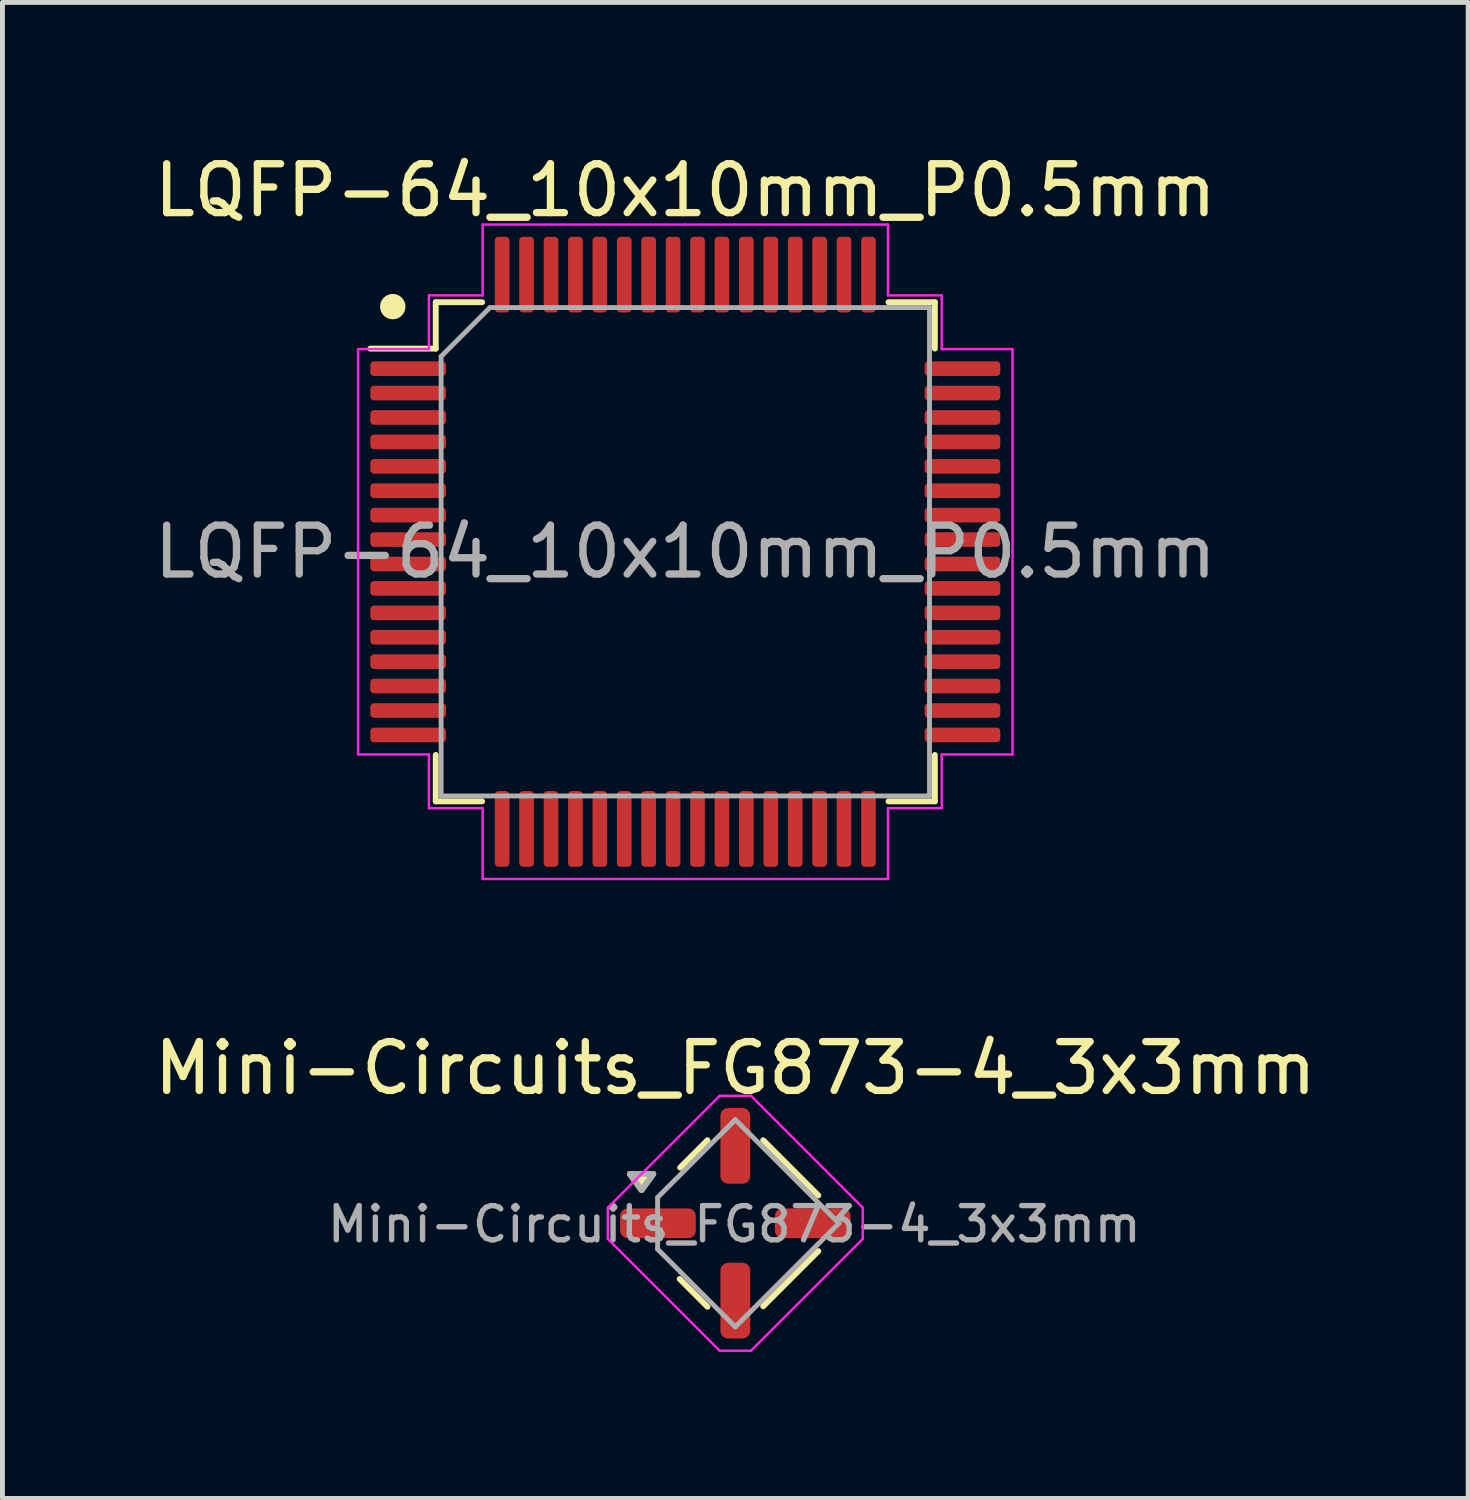
<source format=kicad_pcb>
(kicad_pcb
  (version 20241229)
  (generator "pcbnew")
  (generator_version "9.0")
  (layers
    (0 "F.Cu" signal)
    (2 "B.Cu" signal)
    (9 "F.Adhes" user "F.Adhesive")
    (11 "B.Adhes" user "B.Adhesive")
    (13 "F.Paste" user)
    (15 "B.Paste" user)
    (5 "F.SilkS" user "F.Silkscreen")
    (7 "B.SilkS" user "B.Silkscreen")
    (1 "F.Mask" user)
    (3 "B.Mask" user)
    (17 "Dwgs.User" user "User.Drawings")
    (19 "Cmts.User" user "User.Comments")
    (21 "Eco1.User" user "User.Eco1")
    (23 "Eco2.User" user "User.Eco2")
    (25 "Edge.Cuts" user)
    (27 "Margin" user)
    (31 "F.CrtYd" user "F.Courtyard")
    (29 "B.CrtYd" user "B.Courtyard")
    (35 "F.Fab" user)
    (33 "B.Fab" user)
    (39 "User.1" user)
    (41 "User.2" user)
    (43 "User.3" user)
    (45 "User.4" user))
  (footprint "LQFP-64_10x10mm_P0.5mm"
    (layer "F.Cu")
    (at 10.982 8.248)
    (property "Reference" "LQFP-64_10x10mm_P0.5mm" (at 0 -7.4 0) (layer "F.SilkS") (effects (font (size 1 1) (thickness 0.15))))
    (attr smd)
    (fp_line (start -5.11 -5.11) (end -5.11 -4.16) (stroke (width 0.12) (type solid)) (layer "F.SilkS"))
    (fp_line (start -5.11 -4.16) (end -6.45 -4.16) (stroke (width 0.12) (type solid)) (layer "F.SilkS"))
    (fp_line (start -5.11 5.11) (end -5.11 4.16) (stroke (width 0.12) (type solid)) (layer "F.SilkS"))
    (fp_line (start -4.16 -5.11) (end -5.11 -5.11) (stroke (width 0.12) (type solid)) (layer "F.SilkS"))
    (fp_line (start -4.16 5.11) (end -5.11 5.11) (stroke (width 0.12) (type solid)) (layer "F.SilkS"))
    (fp_line (start 4.16 -5.11) (end 5.11 -5.11) (stroke (width 0.12) (type solid)) (layer "F.SilkS"))
    (fp_line (start 4.16 5.11) (end 5.11 5.11) (stroke (width 0.12) (type solid)) (layer "F.SilkS"))
    (fp_line (start 5.11 -5.11) (end 5.11 -4.16) (stroke (width 0.12) (type solid)) (layer "F.SilkS"))
    (fp_line (start 5.11 5.11) (end 5.11 4.16) (stroke (width 0.12) (type solid)) (layer "F.SilkS"))
    (fp_circle (center -5.99 -5.02) (end -5.79 -5.02) (stroke (width 0.12) (type solid)) (fill yes) (layer "F.SilkS"))
    (fp_line (start -6.7 -4.15) (end -6.7 0) (stroke (width 0.05) (type solid)) (layer "F.CrtYd"))
    (fp_line (start -6.7 4.15) (end -6.7 0) (stroke (width 0.05) (type solid)) (layer "F.CrtYd"))
    (fp_line (start -5.25 -5.25) (end -5.25 -4.15) (stroke (width 0.05) (type solid)) (layer "F.CrtYd"))
    (fp_line (start -5.25 -4.15) (end -6.7 -4.15) (stroke (width 0.05) (type solid)) (layer "F.CrtYd"))
    (fp_line (start -5.25 4.15) (end -6.7 4.15) (stroke (width 0.05) (type solid)) (layer "F.CrtYd"))
    (fp_line (start -5.25 5.25) (end -5.25 4.15) (stroke (width 0.05) (type solid)) (layer "F.CrtYd"))
    (fp_line (start -4.15 -6.7) (end -4.15 -5.25) (stroke (width 0.05) (type solid)) (layer "F.CrtYd"))
    (fp_line (start -4.15 -5.25) (end -5.25 -5.25) (stroke (width 0.05) (type solid)) (layer "F.CrtYd"))
    (fp_line (start -4.15 5.25) (end -5.25 5.25) (stroke (width 0.05) (type solid)) (layer "F.CrtYd"))
    (fp_line (start -4.15 6.7) (end -4.15 5.25) (stroke (width 0.05) (type solid)) (layer "F.CrtYd"))
    (fp_line (start 0 -6.7) (end -4.15 -6.7) (stroke (width 0.05) (type solid)) (layer "F.CrtYd"))
    (fp_line (start 0 -6.7) (end 4.15 -6.7) (stroke (width 0.05) (type solid)) (layer "F.CrtYd"))
    (fp_line (start 0 6.7) (end -4.15 6.7) (stroke (width 0.05) (type solid)) (layer "F.CrtYd"))
    (fp_line (start 0 6.7) (end 4.15 6.7) (stroke (width 0.05) (type solid)) (layer "F.CrtYd"))
    (fp_line (start 4.15 -6.7) (end 4.15 -5.25) (stroke (width 0.05) (type solid)) (layer "F.CrtYd"))
    (fp_line (start 4.15 -5.25) (end 5.25 -5.25) (stroke (width 0.05) (type solid)) (layer "F.CrtYd"))
    (fp_line (start 4.15 5.25) (end 5.25 5.25) (stroke (width 0.05) (type solid)) (layer "F.CrtYd"))
    (fp_line (start 4.15 6.7) (end 4.15 5.25) (stroke (width 0.05) (type solid)) (layer "F.CrtYd"))
    (fp_line (start 5.25 -5.25) (end 5.25 -4.15) (stroke (width 0.05) (type solid)) (layer "F.CrtYd"))
    (fp_line (start 5.25 -4.15) (end 6.7 -4.15) (stroke (width 0.05) (type solid)) (layer "F.CrtYd"))
    (fp_line (start 5.25 4.15) (end 6.7 4.15) (stroke (width 0.05) (type solid)) (layer "F.CrtYd"))
    (fp_line (start 5.25 5.25) (end 5.25 4.15) (stroke (width 0.05) (type solid)) (layer "F.CrtYd"))
    (fp_line (start 6.7 -4.15) (end 6.7 0) (stroke (width 0.05) (type solid)) (layer "F.CrtYd"))
    (fp_line (start 6.7 4.15) (end 6.7 0) (stroke (width 0.05) (type solid)) (layer "F.CrtYd"))
    (fp_line (start -5 -4) (end -4 -5) (stroke (width 0.1) (type solid)) (layer "F.Fab"))
    (fp_line (start -5 5) (end -5 -4) (stroke (width 0.1) (type solid)) (layer "F.Fab"))
    (fp_line (start -4 -5) (end 5 -5) (stroke (width 0.1) (type solid)) (layer "F.Fab"))
    (fp_line (start 5 -5) (end 5 5) (stroke (width 0.1) (type solid)) (layer "F.Fab"))
    (fp_line (start 5 5) (end -5 5) (stroke (width 0.1) (type solid)) (layer "F.Fab"))
    (fp_text user "${REFERENCE}" (at 0 0 0) (layer "F.Fab") (effects (font (size 1 1) (thickness 0.15))))
    (pad "1" smd roundrect (at -5.675 -3.75) (size 1.55 0.3) (layers "F.Cu" "F.Mask" "F.Paste") (roundrect_rratio 0.25))
    (pad "2" smd roundrect (at -5.675 -3.25) (size 1.55 0.3) (layers "F.Cu" "F.Mask" "F.Paste") (roundrect_rratio 0.25))
    (pad "3" smd roundrect (at -5.675 -2.75) (size 1.55 0.3) (layers "F.Cu" "F.Mask" "F.Paste") (roundrect_rratio 0.25))
    (pad "4" smd roundrect (at -5.675 -2.25) (size 1.55 0.3) (layers "F.Cu" "F.Mask" "F.Paste") (roundrect_rratio 0.25))
    (pad "5" smd roundrect (at -5.675 -1.75) (size 1.55 0.3) (layers "F.Cu" "F.Mask" "F.Paste") (roundrect_rratio 0.25))
    (pad "6" smd roundrect (at -5.675 -1.25) (size 1.55 0.3) (layers "F.Cu" "F.Mask" "F.Paste") (roundrect_rratio 0.25))
    (pad "7" smd roundrect (at -5.675 -0.75) (size 1.55 0.3) (layers "F.Cu" "F.Mask" "F.Paste") (roundrect_rratio 0.25))
    (pad "8" smd roundrect (at -5.675 -0.25) (size 1.55 0.3) (layers "F.Cu" "F.Mask" "F.Paste") (roundrect_rratio 0.25))
    (pad "9" smd roundrect (at -5.675 0.25) (size 1.55 0.3) (layers "F.Cu" "F.Mask" "F.Paste") (roundrect_rratio 0.25))
    (pad "10" smd roundrect (at -5.675 0.75) (size 1.55 0.3) (layers "F.Cu" "F.Mask" "F.Paste") (roundrect_rratio 0.25))
    (pad "11" smd roundrect (at -5.675 1.25) (size 1.55 0.3) (layers "F.Cu" "F.Mask" "F.Paste") (roundrect_rratio 0.25))
    (pad "12" smd roundrect (at -5.675 1.75) (size 1.55 0.3) (layers "F.Cu" "F.Mask" "F.Paste") (roundrect_rratio 0.25))
    (pad "13" smd roundrect (at -5.675 2.25) (size 1.55 0.3) (layers "F.Cu" "F.Mask" "F.Paste") (roundrect_rratio 0.25))
    (pad "14" smd roundrect (at -5.675 2.75) (size 1.55 0.3) (layers "F.Cu" "F.Mask" "F.Paste") (roundrect_rratio 0.25))
    (pad "15" smd roundrect (at -5.675 3.25) (size 1.55 0.3) (layers "F.Cu" "F.Mask" "F.Paste") (roundrect_rratio 0.25))
    (pad "16" smd roundrect (at -5.675 3.75) (size 1.55 0.3) (layers "F.Cu" "F.Mask" "F.Paste") (roundrect_rratio 0.25))
    (pad "17" smd roundrect (at -3.75 5.675) (size 0.3 1.55) (layers "F.Cu" "F.Mask" "F.Paste") (roundrect_rratio 0.25))
    (pad "18" smd roundrect (at -3.25 5.675) (size 0.3 1.55) (layers "F.Cu" "F.Mask" "F.Paste") (roundrect_rratio 0.25))
    (pad "19" smd roundrect (at -2.75 5.675) (size 0.3 1.55) (layers "F.Cu" "F.Mask" "F.Paste") (roundrect_rratio 0.25))
    (pad "20" smd roundrect (at -2.25 5.675) (size 0.3 1.55) (layers "F.Cu" "F.Mask" "F.Paste") (roundrect_rratio 0.25))
    (pad "21" smd roundrect (at -1.75 5.675) (size 0.3 1.55) (layers "F.Cu" "F.Mask" "F.Paste") (roundrect_rratio 0.25))
    (pad "22" smd roundrect (at -1.25 5.675) (size 0.3 1.55) (layers "F.Cu" "F.Mask" "F.Paste") (roundrect_rratio 0.25))
    (pad "23" smd roundrect (at -0.75 5.675) (size 0.3 1.55) (layers "F.Cu" "F.Mask" "F.Paste") (roundrect_rratio 0.25))
    (pad "24" smd roundrect (at -0.25 5.675) (size 0.3 1.55) (layers "F.Cu" "F.Mask" "F.Paste") (roundrect_rratio 0.25))
    (pad "25" smd roundrect (at 0.25 5.675) (size 0.3 1.55) (layers "F.Cu" "F.Mask" "F.Paste") (roundrect_rratio 0.25))
    (pad "26" smd roundrect (at 0.75 5.675) (size 0.3 1.55) (layers "F.Cu" "F.Mask" "F.Paste") (roundrect_rratio 0.25))
    (pad "27" smd roundrect (at 1.25 5.675) (size 0.3 1.55) (layers "F.Cu" "F.Mask" "F.Paste") (roundrect_rratio 0.25))
    (pad "28" smd roundrect (at 1.75 5.675) (size 0.3 1.55) (layers "F.Cu" "F.Mask" "F.Paste") (roundrect_rratio 0.25))
    (pad "29" smd roundrect (at 2.25 5.675) (size 0.3 1.55) (layers "F.Cu" "F.Mask" "F.Paste") (roundrect_rratio 0.25))
    (pad "30" smd roundrect (at 2.75 5.675) (size 0.3 1.55) (layers "F.Cu" "F.Mask" "F.Paste") (roundrect_rratio 0.25))
    (pad "31" smd roundrect (at 3.25 5.675) (size 0.3 1.55) (layers "F.Cu" "F.Mask" "F.Paste") (roundrect_rratio 0.25))
    (pad "32" smd roundrect (at 3.75 5.675) (size 0.3 1.55) (layers "F.Cu" "F.Mask" "F.Paste") (roundrect_rratio 0.25))
    (pad "33" smd roundrect (at 5.675 3.75) (size 1.55 0.3) (layers "F.Cu" "F.Mask" "F.Paste") (roundrect_rratio 0.25))
    (pad "34" smd roundrect (at 5.675 3.25) (size 1.55 0.3) (layers "F.Cu" "F.Mask" "F.Paste") (roundrect_rratio 0.25))
    (pad "35" smd roundrect (at 5.675 2.75) (size 1.55 0.3) (layers "F.Cu" "F.Mask" "F.Paste") (roundrect_rratio 0.25))
    (pad "36" smd roundrect (at 5.675 2.25) (size 1.55 0.3) (layers "F.Cu" "F.Mask" "F.Paste") (roundrect_rratio 0.25))
    (pad "37" smd roundrect (at 5.675 1.75) (size 1.55 0.3) (layers "F.Cu" "F.Mask" "F.Paste") (roundrect_rratio 0.25))
    (pad "38" smd roundrect (at 5.675 1.25) (size 1.55 0.3) (layers "F.Cu" "F.Mask" "F.Paste") (roundrect_rratio 0.25))
    (pad "39" smd roundrect (at 5.675 0.75) (size 1.55 0.3) (layers "F.Cu" "F.Mask" "F.Paste") (roundrect_rratio 0.25))
    (pad "40" smd roundrect (at 5.675 0.25) (size 1.55 0.3) (layers "F.Cu" "F.Mask" "F.Paste") (roundrect_rratio 0.25))
    (pad "41" smd roundrect (at 5.675 -0.25) (size 1.55 0.3) (layers "F.Cu" "F.Mask" "F.Paste") (roundrect_rratio 0.25))
    (pad "42" smd roundrect (at 5.675 -0.75) (size 1.55 0.3) (layers "F.Cu" "F.Mask" "F.Paste") (roundrect_rratio 0.25))
    (pad "43" smd roundrect (at 5.675 -1.25) (size 1.55 0.3) (layers "F.Cu" "F.Mask" "F.Paste") (roundrect_rratio 0.25))
    (pad "44" smd roundrect (at 5.675 -1.75) (size 1.55 0.3) (layers "F.Cu" "F.Mask" "F.Paste") (roundrect_rratio 0.25))
    (pad "45" smd roundrect (at 5.675 -2.25) (size 1.55 0.3) (layers "F.Cu" "F.Mask" "F.Paste") (roundrect_rratio 0.25))
    (pad "46" smd roundrect (at 5.675 -2.75) (size 1.55 0.3) (layers "F.Cu" "F.Mask" "F.Paste") (roundrect_rratio 0.25))
    (pad "47" smd roundrect (at 5.675 -3.25) (size 1.55 0.3) (layers "F.Cu" "F.Mask" "F.Paste") (roundrect_rratio 0.25))
    (pad "48" smd roundrect (at 5.675 -3.75) (size 1.55 0.3) (layers "F.Cu" "F.Mask" "F.Paste") (roundrect_rratio 0.25))
    (pad "49" smd roundrect (at 3.75 -5.675) (size 0.3 1.55) (layers "F.Cu" "F.Mask" "F.Paste") (roundrect_rratio 0.25))
    (pad "50" smd roundrect (at 3.25 -5.675) (size 0.3 1.55) (layers "F.Cu" "F.Mask" "F.Paste") (roundrect_rratio 0.25))
    (pad "51" smd roundrect (at 2.75 -5.675) (size 0.3 1.55) (layers "F.Cu" "F.Mask" "F.Paste") (roundrect_rratio 0.25))
    (pad "52" smd roundrect (at 2.25 -5.675) (size 0.3 1.55) (layers "F.Cu" "F.Mask" "F.Paste") (roundrect_rratio 0.25))
    (pad "53" smd roundrect (at 1.75 -5.675) (size 0.3 1.55) (layers "F.Cu" "F.Mask" "F.Paste") (roundrect_rratio 0.25))
    (pad "54" smd roundrect (at 1.25 -5.675) (size 0.3 1.55) (layers "F.Cu" "F.Mask" "F.Paste") (roundrect_rratio 0.25))
    (pad "55" smd roundrect (at 0.75 -5.675) (size 0.3 1.55) (layers "F.Cu" "F.Mask" "F.Paste") (roundrect_rratio 0.25))
    (pad "56" smd roundrect (at 0.25 -5.675) (size 0.3 1.55) (layers "F.Cu" "F.Mask" "F.Paste") (roundrect_rratio 0.25))
    (pad "57" smd roundrect (at -0.25 -5.675) (size 0.3 1.55) (layers "F.Cu" "F.Mask" "F.Paste") (roundrect_rratio 0.25))
    (pad "58" smd roundrect (at -0.75 -5.675) (size 0.3 1.55) (layers "F.Cu" "F.Mask" "F.Paste") (roundrect_rratio 0.25))
    (pad "59" smd roundrect (at -1.25 -5.675) (size 0.3 1.55) (layers "F.Cu" "F.Mask" "F.Paste") (roundrect_rratio 0.25))
    (pad "60" smd roundrect (at -1.75 -5.675) (size 0.3 1.55) (layers "F.Cu" "F.Mask" "F.Paste") (roundrect_rratio 0.25))
    (pad "61" smd roundrect (at -2.25 -5.675) (size 0.3 1.55) (layers "F.Cu" "F.Mask" "F.Paste") (roundrect_rratio 0.25))
    (pad "62" smd roundrect (at -2.75 -5.675) (size 0.3 1.55) (layers "F.Cu" "F.Mask" "F.Paste") (roundrect_rratio 0.25))
    (pad "63" smd roundrect (at -3.25 -5.675) (size 0.3 1.55) (layers "F.Cu" "F.Mask" "F.Paste") (roundrect_rratio 0.25))
    (pad "64" smd roundrect (at -3.75 -5.675) (size 0.3 1.55) (layers "F.Cu" "F.Mask" "F.Paste") (roundrect_rratio 0.25)))
  (footprint "Mini-Circuits_FG873-4_3x3mm"
    (layer "F.Cu")
    (at 12.006 21.997)
    (property "Reference" "Mini-Circuits_FG873-4_3x3mm" (at 0 -3.175 0) (layer "F.SilkS") (effects (font (size 1 1) (thickness 0.15))))
    (attr smd)
    (fp_line (start -1.14 1.14) (end -0.57 1.71) (stroke (width 0.12) (type solid)) (layer "F.SilkS"))
    (fp_line (start -0.57 -1.7) (end -1.13 -1.14) (stroke (width 0.12) (type solid)) (layer "F.SilkS"))
    (fp_line (start 0.57 1.7) (end 1.7 0.57) (stroke (width 0.12) (type solid)) (layer "F.SilkS"))
    (fp_line (start 1.7 -0.57) (end 0.57 -1.7) (stroke (width 0.12) (type solid)) (layer "F.SilkS"))
    (fp_poly (pts (xy -1.92 -0.68) (xy -2.16 -1.01) (xy -1.68 -1.01) (xy -1.92 -0.68)) (stroke (width 0.12) (type solid)) (fill yes) (layer "F.SilkS"))
    (fp_line (start -2.61 -0.32) (end -2.61 0.32) (stroke (width 0.05) (type solid)) (layer "F.CrtYd"))
    (fp_line (start -2.61 -0.32) (end -0.32 -2.61) (stroke (width 0.05) (type solid)) (layer "F.CrtYd"))
    (fp_line (start -2.61 0.32) (end -0.32 2.61) (stroke (width 0.05) (type solid)) (layer "F.CrtYd"))
    (fp_line (start 0.32 -2.61) (end -0.32 -2.61) (stroke (width 0.05) (type solid)) (layer "F.CrtYd"))
    (fp_line (start 0.32 2.61) (end -0.32 2.61) (stroke (width 0.05) (type solid)) (layer "F.CrtYd"))
    (fp_line (start 2.61 -0.32) (end 0.32 -2.61) (stroke (width 0.05) (type solid)) (layer "F.CrtYd"))
    (fp_line (start 2.61 -0.32) (end 2.61 0.32) (stroke (width 0.05) (type solid)) (layer "F.CrtYd"))
    (fp_line (start 2.61 0.32) (end 0.32 2.61) (stroke (width 0.05) (type solid)) (layer "F.CrtYd"))
    (fp_line (start -1.591 -0.53) (end 0 -2.121) (stroke (width 0.1) (type solid)) (layer "F.Fab"))
    (fp_line (start -1.591 0.53) (end -1.591 -0.53) (stroke (width 0.1) (type solid)) (layer "F.Fab"))
    (fp_line (start -1.591 0.53) (end 0 2.121) (stroke (width 0.1) (type solid)) (layer "F.Fab"))
    (fp_line (start 2.121 0) (end 0 -2.121) (stroke (width 0.1) (type solid)) (layer "F.Fab"))
    (fp_line (start 2.121 0) (end 0 2.121) (stroke (width 0.1) (type solid)) (layer "F.Fab"))
    (fp_poly (pts (xy -1.92 -0.68) (xy -2.16 -1.01) (xy -1.68 -1.01) (xy -1.92 -0.68)) (stroke (width 0.12) (type solid)) (fill no) (layer "F.Fab"))
    (fp_text user "${REFERENCE}" (at -0.02 0.02 0) (layer "F.Fab") (effects (font (size 0.7 0.7) (thickness 0.11))))
    (pad "1" smd roundrect (at -1.585 0) (size 1.55 0.61) (layers "F.Cu" "F.Mask" "F.Paste") (roundrect_rratio 0.25))
    (pad "2" smd roundrect (at 0 1.585) (size 0.61 1.55) (layers "F.Cu" "F.Mask" "F.Paste") (roundrect_rratio 0.25))
    (pad "3" smd roundrect (at 1.585 0) (size 1.55 0.61) (layers "F.Cu" "F.Mask" "F.Paste") (roundrect_rratio 0.25))
    (pad "4" smd roundrect (at 0 -1.585) (size 0.61 1.55) (layers "F.Cu" "F.Mask" "F.Paste") (roundrect_rratio 0.25)))
  (gr_rect
    (start -3 -3)
    (end 27.012 27.631)
    (stroke (width 0.1) (type default))
    (fill no)
    (layer "Edge.Cuts")))
</source>
